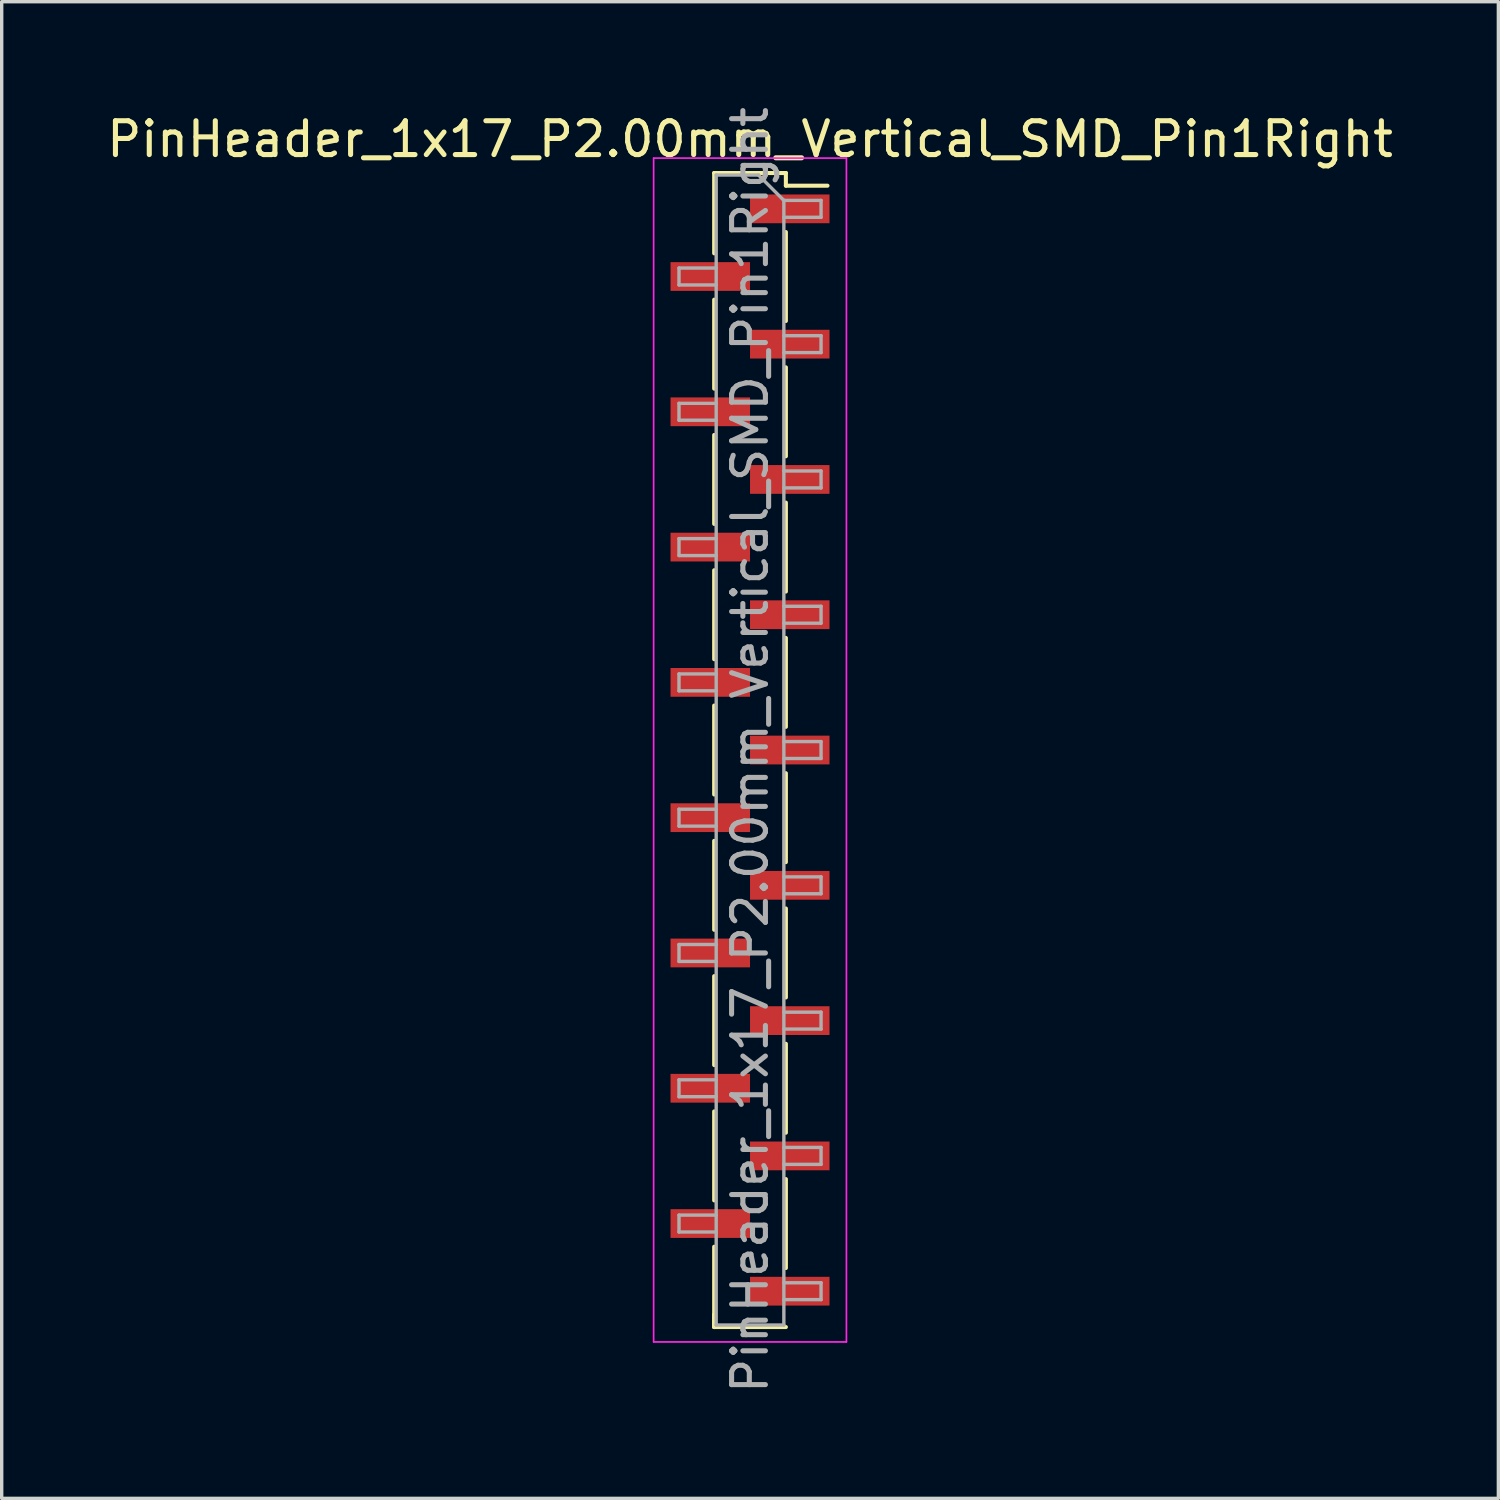
<source format=kicad_pcb>
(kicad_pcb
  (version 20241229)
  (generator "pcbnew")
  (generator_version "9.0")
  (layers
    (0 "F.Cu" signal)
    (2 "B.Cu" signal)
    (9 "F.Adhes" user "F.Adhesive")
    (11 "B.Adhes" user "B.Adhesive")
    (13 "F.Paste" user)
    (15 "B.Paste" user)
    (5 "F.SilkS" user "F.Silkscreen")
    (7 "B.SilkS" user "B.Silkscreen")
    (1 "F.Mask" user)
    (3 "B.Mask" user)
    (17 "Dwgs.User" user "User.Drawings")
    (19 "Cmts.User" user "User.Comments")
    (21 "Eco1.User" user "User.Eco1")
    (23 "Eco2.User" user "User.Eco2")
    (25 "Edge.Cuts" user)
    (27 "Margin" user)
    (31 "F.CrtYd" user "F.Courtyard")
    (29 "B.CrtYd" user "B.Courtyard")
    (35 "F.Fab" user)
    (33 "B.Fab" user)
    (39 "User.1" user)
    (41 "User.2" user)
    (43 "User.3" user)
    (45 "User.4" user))
  (footprint "PinHeader_1x17_P2.00mm_Vertical_SMD_Pin1Right"
    (layer "F.Cu")
    (at 19.125 19.125)
    (property "Reference" "PinHeader_1x17_P2.00mm_Vertical_SMD_Pin1Right" (at 0 -18.06 0) (layer "F.SilkS") (effects (font (size 1 1) (thickness 0.15))))
    (attr smd)
    (fp_line (start -1.06 -17.06) (end -1.06 -14.685) (stroke (width 0.12) (type solid)) (layer "F.SilkS"))
    (fp_line (start -1.06 -17.06) (end 1.06 -17.06) (stroke (width 0.12) (type solid)) (layer "F.SilkS"))
    (fp_line (start -1.06 -13.315) (end -1.06 -10.685) (stroke (width 0.12) (type solid)) (layer "F.SilkS"))
    (fp_line (start -1.06 -9.315) (end -1.06 -6.685) (stroke (width 0.12) (type solid)) (layer "F.SilkS"))
    (fp_line (start -1.06 -5.315) (end -1.06 -2.685) (stroke (width 0.12) (type solid)) (layer "F.SilkS"))
    (fp_line (start -1.06 -1.315) (end -1.06 1.315) (stroke (width 0.12) (type solid)) (layer "F.SilkS"))
    (fp_line (start -1.06 2.685) (end -1.06 5.315) (stroke (width 0.12) (type solid)) (layer "F.SilkS"))
    (fp_line (start -1.06 6.685) (end -1.06 9.315) (stroke (width 0.12) (type solid)) (layer "F.SilkS"))
    (fp_line (start -1.06 10.685) (end -1.06 13.315) (stroke (width 0.12) (type solid)) (layer "F.SilkS"))
    (fp_line (start -1.06 14.685) (end -1.06 17.06) (stroke (width 0.12) (type solid)) (layer "F.SilkS"))
    (fp_line (start -1.06 16.685) (end -1.06 17.06) (stroke (width 0.12) (type solid)) (layer "F.SilkS"))
    (fp_line (start -1.06 17.06) (end 1.06 17.06) (stroke (width 0.12) (type solid)) (layer "F.SilkS"))
    (fp_line (start 1.06 -17.06) (end 1.06 -16.685) (stroke (width 0.12) (type solid)) (layer "F.SilkS"))
    (fp_line (start 1.06 -16.685) (end 2.29 -16.685) (stroke (width 0.12) (type solid)) (layer "F.SilkS"))
    (fp_line (start 1.06 -15.315) (end 1.06 -12.685) (stroke (width 0.12) (type solid)) (layer "F.SilkS"))
    (fp_line (start 1.06 -11.315) (end 1.06 -8.685) (stroke (width 0.12) (type solid)) (layer "F.SilkS"))
    (fp_line (start 1.06 -7.315) (end 1.06 -4.685) (stroke (width 0.12) (type solid)) (layer "F.SilkS"))
    (fp_line (start 1.06 -3.315) (end 1.06 -0.685) (stroke (width 0.12) (type solid)) (layer "F.SilkS"))
    (fp_line (start 1.06 0.685) (end 1.06 3.315) (stroke (width 0.12) (type solid)) (layer "F.SilkS"))
    (fp_line (start 1.06 4.685) (end 1.06 7.315) (stroke (width 0.12) (type solid)) (layer "F.SilkS"))
    (fp_line (start 1.06 8.685) (end 1.06 11.315) (stroke (width 0.12) (type solid)) (layer "F.SilkS"))
    (fp_line (start 1.06 12.685) (end 1.06 15.315) (stroke (width 0.12) (type solid)) (layer "F.SilkS"))
    (fp_line (start -2.85 -17.5) (end -2.85 17.5) (stroke (width 0.05) (type solid)) (layer "F.CrtYd"))
    (fp_line (start -2.85 17.5) (end 2.85 17.5) (stroke (width 0.05) (type solid)) (layer "F.CrtYd"))
    (fp_line (start 2.85 -17.5) (end -2.85 -17.5) (stroke (width 0.05) (type solid)) (layer "F.CrtYd"))
    (fp_line (start 2.85 17.5) (end 2.85 -17.5) (stroke (width 0.05) (type solid)) (layer "F.CrtYd"))
    (fp_line (start -2.1 -14.25) (end -2.1 -13.75) (stroke (width 0.1) (type solid)) (layer "F.Fab"))
    (fp_line (start -2.1 -13.75) (end -1 -13.75) (stroke (width 0.1) (type solid)) (layer "F.Fab"))
    (fp_line (start -2.1 -10.25) (end -2.1 -9.75) (stroke (width 0.1) (type solid)) (layer "F.Fab"))
    (fp_line (start -2.1 -9.75) (end -1 -9.75) (stroke (width 0.1) (type solid)) (layer "F.Fab"))
    (fp_line (start -2.1 -6.25) (end -2.1 -5.75) (stroke (width 0.1) (type solid)) (layer "F.Fab"))
    (fp_line (start -2.1 -5.75) (end -1 -5.75) (stroke (width 0.1) (type solid)) (layer "F.Fab"))
    (fp_line (start -2.1 -2.25) (end -2.1 -1.75) (stroke (width 0.1) (type solid)) (layer "F.Fab"))
    (fp_line (start -2.1 -1.75) (end -1 -1.75) (stroke (width 0.1) (type solid)) (layer "F.Fab"))
    (fp_line (start -2.1 1.75) (end -2.1 2.25) (stroke (width 0.1) (type solid)) (layer "F.Fab"))
    (fp_line (start -2.1 2.25) (end -1 2.25) (stroke (width 0.1) (type solid)) (layer "F.Fab"))
    (fp_line (start -2.1 5.75) (end -2.1 6.25) (stroke (width 0.1) (type solid)) (layer "F.Fab"))
    (fp_line (start -2.1 6.25) (end -1 6.25) (stroke (width 0.1) (type solid)) (layer "F.Fab"))
    (fp_line (start -2.1 9.75) (end -2.1 10.25) (stroke (width 0.1) (type solid)) (layer "F.Fab"))
    (fp_line (start -2.1 10.25) (end -1 10.25) (stroke (width 0.1) (type solid)) (layer "F.Fab"))
    (fp_line (start -2.1 13.75) (end -2.1 14.25) (stroke (width 0.1) (type solid)) (layer "F.Fab"))
    (fp_line (start -2.1 14.25) (end -1 14.25) (stroke (width 0.1) (type solid)) (layer "F.Fab"))
    (fp_line (start -1 -17) (end -1 17) (stroke (width 0.1) (type solid)) (layer "F.Fab"))
    (fp_line (start -1 -17) (end 0.25 -17) (stroke (width 0.1) (type solid)) (layer "F.Fab"))
    (fp_line (start -1 -14.25) (end -2.1 -14.25) (stroke (width 0.1) (type solid)) (layer "F.Fab"))
    (fp_line (start -1 -10.25) (end -2.1 -10.25) (stroke (width 0.1) (type solid)) (layer "F.Fab"))
    (fp_line (start -1 -6.25) (end -2.1 -6.25) (stroke (width 0.1) (type solid)) (layer "F.Fab"))
    (fp_line (start -1 -2.25) (end -2.1 -2.25) (stroke (width 0.1) (type solid)) (layer "F.Fab"))
    (fp_line (start -1 1.75) (end -2.1 1.75) (stroke (width 0.1) (type solid)) (layer "F.Fab"))
    (fp_line (start -1 5.75) (end -2.1 5.75) (stroke (width 0.1) (type solid)) (layer "F.Fab"))
    (fp_line (start -1 9.75) (end -2.1 9.75) (stroke (width 0.1) (type solid)) (layer "F.Fab"))
    (fp_line (start -1 13.75) (end -2.1 13.75) (stroke (width 0.1) (type solid)) (layer "F.Fab"))
    (fp_line (start 1 -16.25) (end 0.25 -17) (stroke (width 0.1) (type solid)) (layer "F.Fab"))
    (fp_line (start 1 -16.25) (end 2.1 -16.25) (stroke (width 0.1) (type solid)) (layer "F.Fab"))
    (fp_line (start 1 -12.25) (end 2.1 -12.25) (stroke (width 0.1) (type solid)) (layer "F.Fab"))
    (fp_line (start 1 -8.25) (end 2.1 -8.25) (stroke (width 0.1) (type solid)) (layer "F.Fab"))
    (fp_line (start 1 -4.25) (end 2.1 -4.25) (stroke (width 0.1) (type solid)) (layer "F.Fab"))
    (fp_line (start 1 -0.25) (end 2.1 -0.25) (stroke (width 0.1) (type solid)) (layer "F.Fab"))
    (fp_line (start 1 3.75) (end 2.1 3.75) (stroke (width 0.1) (type solid)) (layer "F.Fab"))
    (fp_line (start 1 7.75) (end 2.1 7.75) (stroke (width 0.1) (type solid)) (layer "F.Fab"))
    (fp_line (start 1 11.75) (end 2.1 11.75) (stroke (width 0.1) (type solid)) (layer "F.Fab"))
    (fp_line (start 1 15.75) (end 2.1 15.75) (stroke (width 0.1) (type solid)) (layer "F.Fab"))
    (fp_line (start 1 17) (end -1 17) (stroke (width 0.1) (type solid)) (layer "F.Fab"))
    (fp_line (start 1 17) (end 1 -16.25) (stroke (width 0.1) (type solid)) (layer "F.Fab"))
    (fp_line (start 2.1 -16.25) (end 2.1 -15.75) (stroke (width 0.1) (type solid)) (layer "F.Fab"))
    (fp_line (start 2.1 -15.75) (end 1 -15.75) (stroke (width 0.1) (type solid)) (layer "F.Fab"))
    (fp_line (start 2.1 -12.25) (end 2.1 -11.75) (stroke (width 0.1) (type solid)) (layer "F.Fab"))
    (fp_line (start 2.1 -11.75) (end 1 -11.75) (stroke (width 0.1) (type solid)) (layer "F.Fab"))
    (fp_line (start 2.1 -8.25) (end 2.1 -7.75) (stroke (width 0.1) (type solid)) (layer "F.Fab"))
    (fp_line (start 2.1 -7.75) (end 1 -7.75) (stroke (width 0.1) (type solid)) (layer "F.Fab"))
    (fp_line (start 2.1 -4.25) (end 2.1 -3.75) (stroke (width 0.1) (type solid)) (layer "F.Fab"))
    (fp_line (start 2.1 -3.75) (end 1 -3.75) (stroke (width 0.1) (type solid)) (layer "F.Fab"))
    (fp_line (start 2.1 -0.25) (end 2.1 0.25) (stroke (width 0.1) (type solid)) (layer "F.Fab"))
    (fp_line (start 2.1 0.25) (end 1 0.25) (stroke (width 0.1) (type solid)) (layer "F.Fab"))
    (fp_line (start 2.1 3.75) (end 2.1 4.25) (stroke (width 0.1) (type solid)) (layer "F.Fab"))
    (fp_line (start 2.1 4.25) (end 1 4.25) (stroke (width 0.1) (type solid)) (layer "F.Fab"))
    (fp_line (start 2.1 7.75) (end 2.1 8.25) (stroke (width 0.1) (type solid)) (layer "F.Fab"))
    (fp_line (start 2.1 8.25) (end 1 8.25) (stroke (width 0.1) (type solid)) (layer "F.Fab"))
    (fp_line (start 2.1 11.75) (end 2.1 12.25) (stroke (width 0.1) (type solid)) (layer "F.Fab"))
    (fp_line (start 2.1 12.25) (end 1 12.25) (stroke (width 0.1) (type solid)) (layer "F.Fab"))
    (fp_line (start 2.1 15.75) (end 2.1 16.25) (stroke (width 0.1) (type solid)) (layer "F.Fab"))
    (fp_line (start 2.1 16.25) (end 1 16.25) (stroke (width 0.1) (type solid)) (layer "F.Fab"))
    (fp_text user "${REFERENCE}" (at 0 0 90) (layer "F.Fab") (effects (font (size 1 1) (thickness 0.15))))
    (pad "1" smd rect (at 1.175 -16) (size 2.35 0.85) (layers "F.Cu" "F.Mask" "F.Paste"))
    (pad "2" smd rect (at -1.175 -14) (size 2.35 0.85) (layers "F.Cu" "F.Mask" "F.Paste"))
    (pad "3" smd rect (at 1.175 -12) (size 2.35 0.85) (layers "F.Cu" "F.Mask" "F.Paste"))
    (pad "4" smd rect (at -1.175 -10) (size 2.35 0.85) (layers "F.Cu" "F.Mask" "F.Paste"))
    (pad "5" smd rect (at 1.175 -8) (size 2.35 0.85) (layers "F.Cu" "F.Mask" "F.Paste"))
    (pad "6" smd rect (at -1.175 -6) (size 2.35 0.85) (layers "F.Cu" "F.Mask" "F.Paste"))
    (pad "7" smd rect (at 1.175 -4) (size 2.35 0.85) (layers "F.Cu" "F.Mask" "F.Paste"))
    (pad "8" smd rect (at -1.175 -2) (size 2.35 0.85) (layers "F.Cu" "F.Mask" "F.Paste"))
    (pad "9" smd rect (at 1.175 0) (size 2.35 0.85) (layers "F.Cu" "F.Mask" "F.Paste"))
    (pad "10" smd rect (at -1.175 2) (size 2.35 0.85) (layers "F.Cu" "F.Mask" "F.Paste"))
    (pad "11" smd rect (at 1.175 4) (size 2.35 0.85) (layers "F.Cu" "F.Mask" "F.Paste"))
    (pad "12" smd rect (at -1.175 6) (size 2.35 0.85) (layers "F.Cu" "F.Mask" "F.Paste"))
    (pad "13" smd rect (at 1.175 8) (size 2.35 0.85) (layers "F.Cu" "F.Mask" "F.Paste"))
    (pad "14" smd rect (at -1.175 10) (size 2.35 0.85) (layers "F.Cu" "F.Mask" "F.Paste"))
    (pad "15" smd rect (at 1.175 12) (size 2.35 0.85) (layers "F.Cu" "F.Mask" "F.Paste"))
    (pad "16" smd rect (at -1.175 14) (size 2.35 0.85) (layers "F.Cu" "F.Mask" "F.Paste"))
    (pad "17" smd rect (at 1.175 16) (size 2.35 0.85) (layers "F.Cu" "F.Mask" "F.Paste")))
  (gr_rect
    (start -3 -3)
    (end 41.25 41.25)
    (stroke (width 0.1) (type default))
    (fill no)
    (layer "Edge.Cuts")))
</source>
